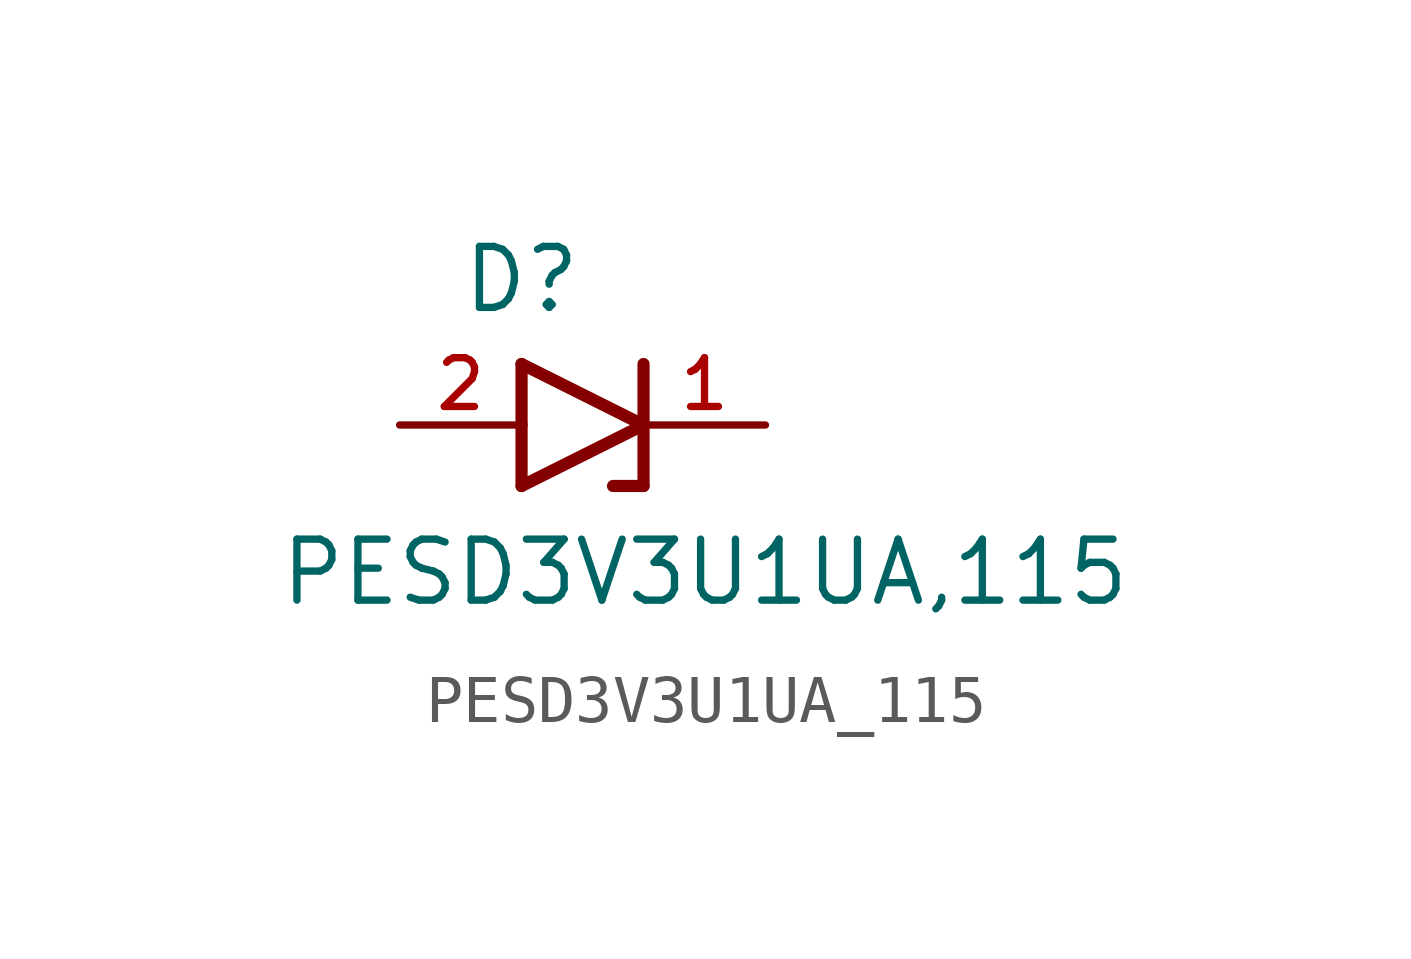
<source format=kicad_sym>
(kicad_symbol_lib
  (version 20241209)
  (generator "kicad_symbol_editor")
  (generator_version "9.0")
  (symbol "PESD3V3U1UA_115"
    (pin_names
      (offset 1.016))
    (property "Reference" "D"
      (at 0 2.286 0)
      (effects (font (size 1.27 1.27)) (justify bottom)))
    (property "Value" "PESD3V3U1UA,115"
      (at -5.08 -3.81 0)
      (effects (font (size 1.27 1.27)) (justify left bottom)))
    (symbol "PESD3V3U1UA_115_0_0"
      (polyline (pts (xy 0 1.27) (xy 0 0)) (stroke (width 0.254) (type default)) (fill (type none)))
      (polyline (pts (xy 0 0) (xy 0 -1.27)) (stroke (width 0.254) (type default)) (fill (type none)))
      (polyline (pts (xy 0 -1.27) (xy 2.54 0)) (stroke (width 0.254) (type default)) (fill (type none)))
      (polyline (pts (xy 2.54 1.27) (xy 2.54 0)) (stroke (width 0.254) (type default)) (fill (type none)))
      (polyline (pts (xy 2.54 0) (xy 0 1.27)) (stroke (width 0.254) (type default)) (fill (type none)))
      (polyline (pts (xy 2.54 0) (xy 2.54 -1.27)) (stroke (width 0.254) (type default)) (fill (type none)))
      (polyline (pts (xy 2.54 -1.27) (xy 1.905 -1.27)) (stroke (width 0.254) (type default)) (fill (type none)))
      (pin passive line (at -2.54 0 0) (length 2.54) (name "~" (effects (font (size 1.016 1.016)))) (number "2" (effects (font (size 1.016 1.016)))))
      (pin passive line (at 5.08 0 180) (length 2.54) (name "~" (effects (font (size 1.016 1.016)))) (number "1" (effects (font (size 1.016 1.016))))))))
</source>
